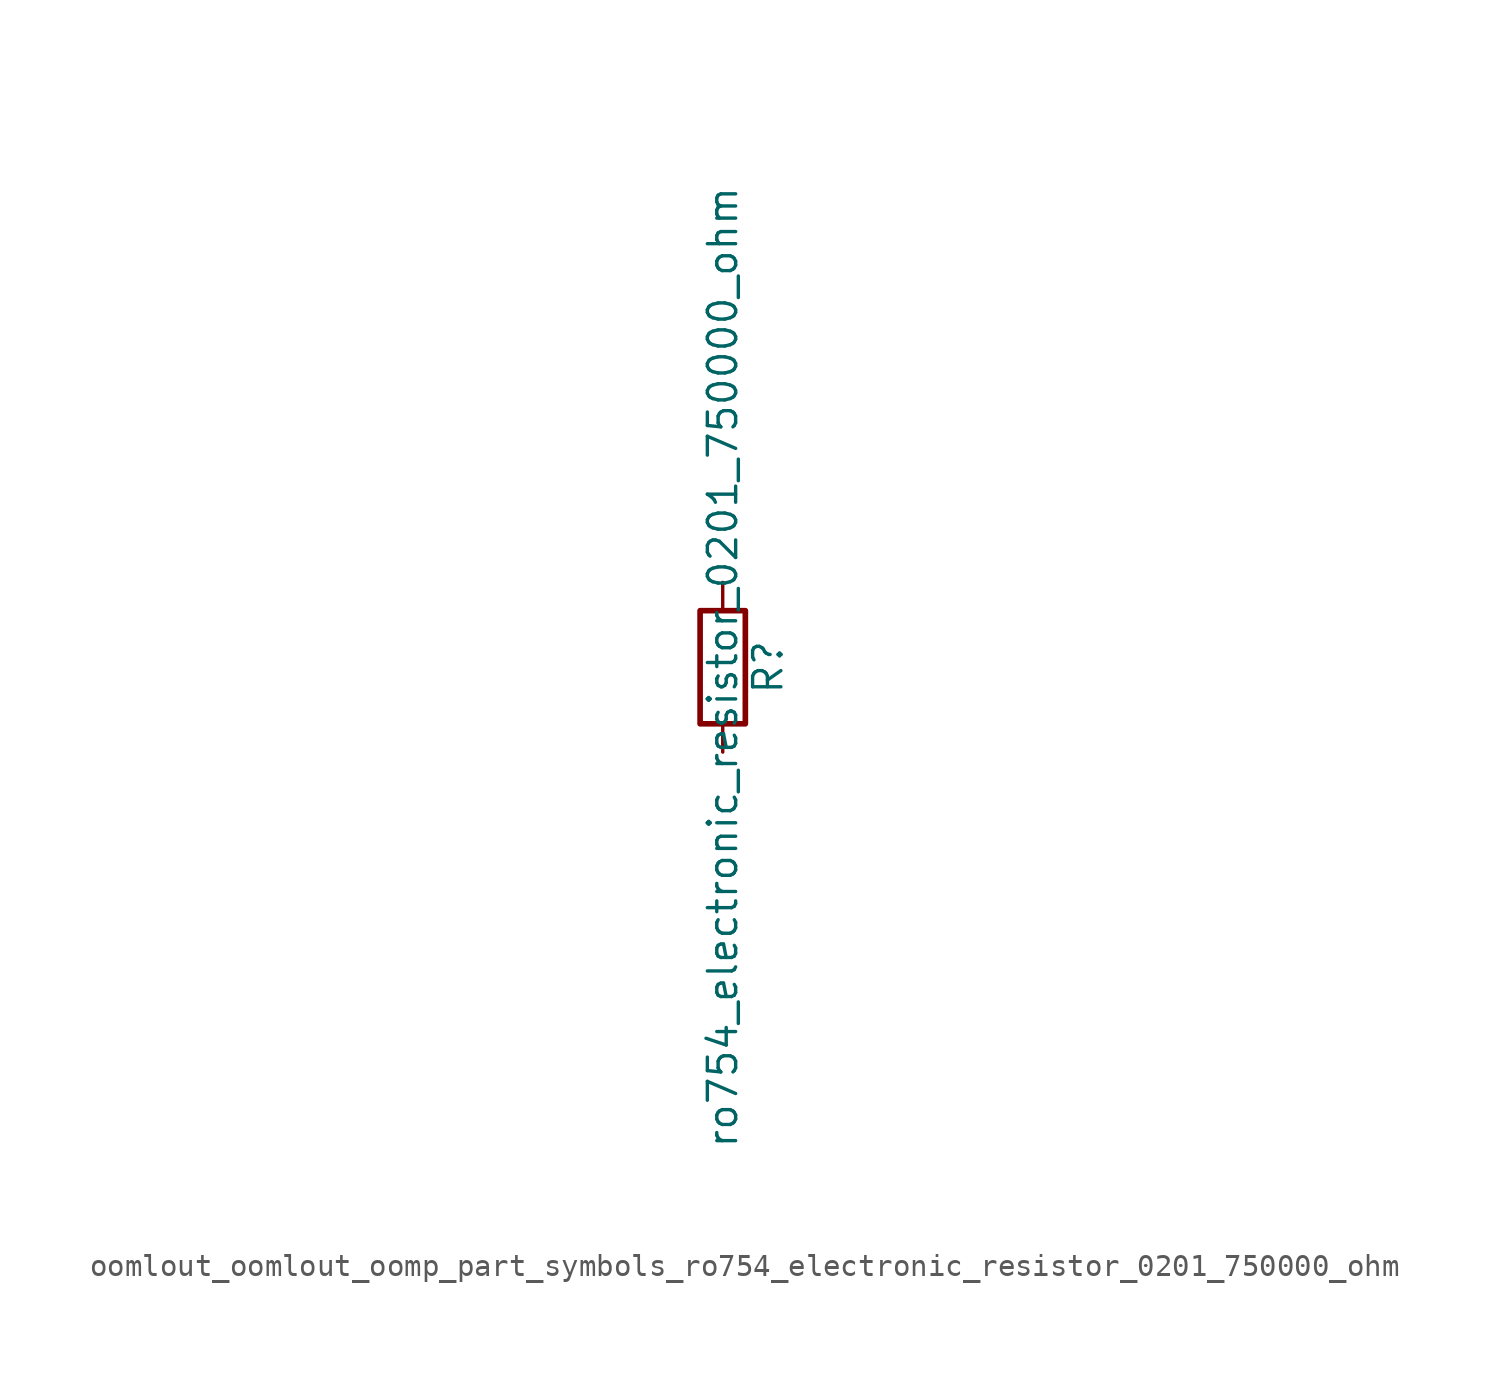
<source format=kicad_sym>
(kicad_symbol_lib
  (version 20220914)
  (generator kicad_symbol_editor)
  (symbol "oomlout_oomlout_oomp_part_symbols_ro754_electronic_resistor_0201_750000_ohm"
    (pin_numbers hide)
    (pin_names
      (offset 0))
    (property "Reference" "R"
      (at 2.032 0 90)
      (effects (font (size 1.27 1.27))))
    (property "Value" "ro754_electronic_resistor_0201_750000_ohm"
      (at 0 0 90)
      (effects (font (size 1.27 1.27))))
    (symbol "oomlout_oomlout_oomp_part_symbols_ro754_electronic_resistor_0201_750000_ohm_0_1"
      (rectangle (start -1.016 -2.54) (end 1.016 2.54) (stroke (width 0.254) (type default)) (fill (type none))))
    (symbol "oomlout_oomlout_oomp_part_symbols_ro754_electronic_resistor_0201_750000_ohm_1_1"
      (pin passive line (at 0 3.81 270) (length 1.27) (name "~" (effects (font (size 1.27 1.27)))) (number "1" (effects (font (size 1.27 1.27)))))
      (pin passive line (at 0 -3.81 90) (length 1.27) (name "~" (effects (font (size 1.27 1.27)))) (number "2" (effects (font (size 1.27 1.27))))))))
</source>
